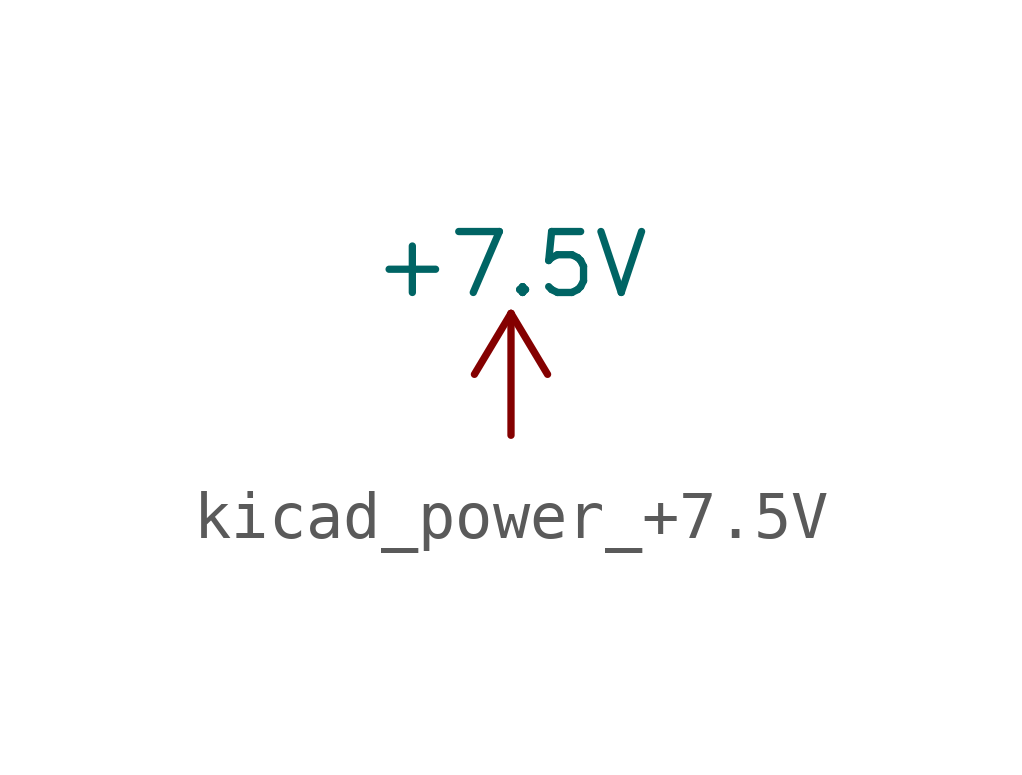
<source format=kicad_sym>
(kicad_symbol_lib
  (version 20220914)
  (generator kicad_symbol_editor)
  (symbol "kicad_power_+7.5V"
    (power)
    (pin_names
      (offset 0))
    (property "Reference" "#PWR"
      (at 0 -3.81 0)
      (effects (font (size 1.27 1.27)) hide))
    (property "Value" "+7.5V"
      (at 0 3.556 0)
      (effects (font (size 1.27 1.27))))
    (symbol "kicad_power_+7.5V_0_1"
      (polyline (pts (xy -0.762 1.27) (xy 0 2.54)) (stroke (width 0) (type default)) (fill (type none)))
      (polyline (pts (xy 0 0) (xy 0 2.54)) (stroke (width 0) (type default)) (fill (type none)))
      (polyline (pts (xy 0 2.54) (xy 0.762 1.27)) (stroke (width 0) (type default)) (fill (type none))))
    (symbol "kicad_power_+7.5V_1_1"
      (pin power_in line (at 0 0 90) (length 0) hide (name "+7.5V" (effects (font (size 1.27 1.27)))) (number "1" (effects (font (size 1.27 1.27))))))))
</source>
